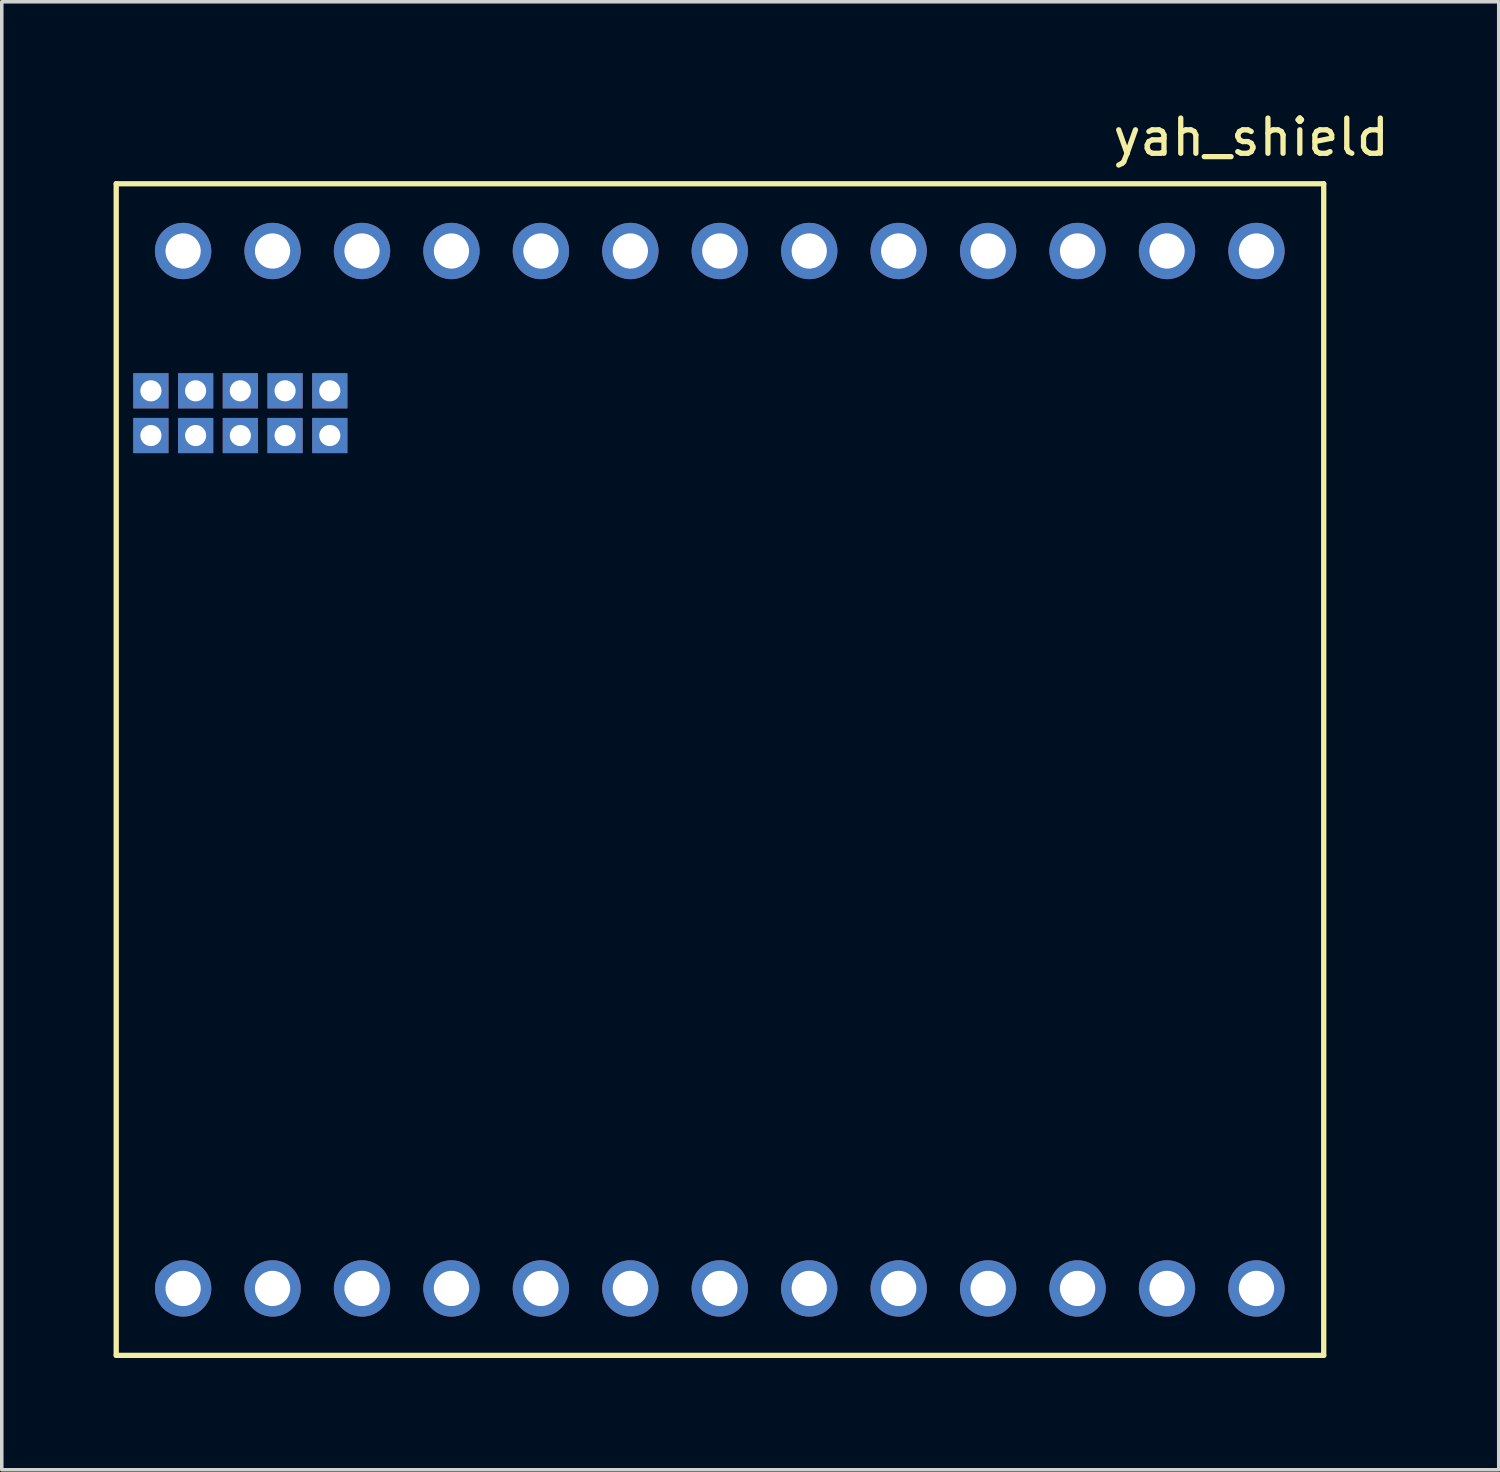
<source format=kicad_pcb>
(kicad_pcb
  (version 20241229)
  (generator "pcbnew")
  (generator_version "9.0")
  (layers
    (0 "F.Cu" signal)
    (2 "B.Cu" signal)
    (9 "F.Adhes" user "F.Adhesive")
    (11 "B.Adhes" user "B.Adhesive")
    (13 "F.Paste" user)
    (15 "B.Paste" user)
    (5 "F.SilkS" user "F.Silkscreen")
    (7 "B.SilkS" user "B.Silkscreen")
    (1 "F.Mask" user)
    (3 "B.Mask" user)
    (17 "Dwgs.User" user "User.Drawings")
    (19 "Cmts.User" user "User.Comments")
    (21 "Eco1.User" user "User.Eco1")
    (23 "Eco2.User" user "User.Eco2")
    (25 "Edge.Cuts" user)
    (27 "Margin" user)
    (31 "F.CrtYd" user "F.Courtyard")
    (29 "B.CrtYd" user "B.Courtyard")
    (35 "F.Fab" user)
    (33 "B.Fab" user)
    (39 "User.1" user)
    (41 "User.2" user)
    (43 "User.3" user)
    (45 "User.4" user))
  (footprint "yah_shield"
    (layer "F.Cu")
    (at 0.25 35.438)
    (property "Reference" "yah_shield" (at 32.23 -34.59 0) (layer "F.SilkS") (effects (font (size 1 1) (thickness 0.15))))
    (attr through_hole)
    (fp_line (start 0 -33.27) (end 0 0) (stroke (width 0.15) (type solid)) (layer "F.SilkS"))
    (fp_line (start 0 0) (end 34.29 0) (stroke (width 0.15) (type solid)) (layer "F.SilkS"))
    (fp_line (start 34.29 -33.27) (end 0 -33.27) (stroke (width 0.15) (type solid)) (layer "F.SilkS"))
    (fp_line (start 34.29 0) (end 34.29 -33.27) (stroke (width 0.15) (type solid)) (layer "F.SilkS"))
    (pad "" thru_hole rect (at 0.985 -27.39) (size 1 1) (drill 0.6) (layers "*.Cu" "*.Mask"))
    (pad "" thru_hole rect (at 0.985 -26.12) (size 1 1) (drill 0.6) (layers "*.Cu" "*.Mask"))
    (pad "" thru_hole rect (at 2.255 -27.39) (size 1 1) (drill 0.6) (layers "*.Cu" "*.Mask"))
    (pad "" thru_hole rect (at 2.255 -26.12) (size 1 1) (drill 0.6) (layers "*.Cu" "*.Mask"))
    (pad "" thru_hole rect (at 3.525 -27.39) (size 1 1) (drill 0.6) (layers "*.Cu" "*.Mask"))
    (pad "" thru_hole rect (at 3.525 -26.12) (size 1 1) (drill 0.6) (layers "*.Cu" "*.Mask"))
    (pad "" thru_hole rect (at 4.795 -27.39) (size 1 1) (drill 0.6) (layers "*.Cu" "*.Mask"))
    (pad "" thru_hole rect (at 4.795 -26.12) (size 1 1) (drill 0.6) (layers "*.Cu" "*.Mask"))
    (pad "" thru_hole rect (at 6.065 -27.39) (size 1 1) (drill 0.6) (layers "*.Cu" "*.Mask"))
    (pad "" thru_hole rect (at 6.065 -26.12) (size 1 1) (drill 0.6) (layers "*.Cu" "*.Mask"))
    (pad "1" thru_hole circle (at 1.9 -31.36) (size 1.6 1.6) (drill 1) (layers "*.Cu" "*.Mask"))
    (pad "2" thru_hole circle (at 4.44 -31.36) (size 1.6 1.6) (drill 1) (layers "*.Cu" "*.Mask"))
    (pad "3" thru_hole circle (at 6.98 -31.36) (size 1.6 1.6) (drill 1) (layers "*.Cu" "*.Mask"))
    (pad "4" thru_hole circle (at 9.52 -31.36) (size 1.6 1.6) (drill 1) (layers "*.Cu" "*.Mask"))
    (pad "5" thru_hole circle (at 12.06 -31.36) (size 1.6 1.6) (drill 1) (layers "*.Cu" "*.Mask"))
    (pad "6" thru_hole circle (at 14.6 -31.36) (size 1.6 1.6) (drill 1) (layers "*.Cu" "*.Mask"))
    (pad "7" thru_hole circle (at 17.14 -31.36) (size 1.6 1.6) (drill 1) (layers "*.Cu" "*.Mask"))
    (pad "8" thru_hole circle (at 19.68 -31.36) (size 1.6 1.6) (drill 1) (layers "*.Cu" "*.Mask"))
    (pad "9" thru_hole circle (at 22.22 -31.36) (size 1.6 1.6) (drill 1) (layers "*.Cu" "*.Mask"))
    (pad "10" thru_hole circle (at 24.76 -31.36) (size 1.6 1.6) (drill 1) (layers "*.Cu" "*.Mask"))
    (pad "11" thru_hole circle (at 27.3 -31.36) (size 1.6 1.6) (drill 1) (layers "*.Cu" "*.Mask"))
    (pad "12" thru_hole circle (at 29.84 -31.36) (size 1.6 1.6) (drill 1) (layers "*.Cu" "*.Mask"))
    (pad "13" thru_hole circle (at 32.38 -31.36) (size 1.6 1.6) (drill 1) (layers "*.Cu" "*.Mask"))
    (pad "14" thru_hole circle (at 1.9 -1.9) (size 1.6 1.6) (drill 1) (layers "*.Cu" "*.Mask"))
    (pad "15" thru_hole circle (at 4.44 -1.9) (size 1.6 1.6) (drill 1) (layers "*.Cu" "*.Mask"))
    (pad "16" thru_hole circle (at 6.98 -1.9) (size 1.6 1.6) (drill 1) (layers "*.Cu" "*.Mask"))
    (pad "17" thru_hole circle (at 9.52 -1.9) (size 1.6 1.6) (drill 1) (layers "*.Cu" "*.Mask"))
    (pad "18" thru_hole circle (at 12.06 -1.9) (size 1.6 1.6) (drill 1) (layers "*.Cu" "*.Mask"))
    (pad "19" thru_hole circle (at 14.6 -1.9) (size 1.6 1.6) (drill 1) (layers "*.Cu" "*.Mask"))
    (pad "20" thru_hole circle (at 17.14 -1.9) (size 1.6 1.6) (drill 1) (layers "*.Cu" "*.Mask"))
    (pad "21" thru_hole circle (at 19.68 -1.9) (size 1.6 1.6) (drill 1) (layers "*.Cu" "*.Mask"))
    (pad "22" thru_hole circle (at 22.22 -1.9) (size 1.6 1.6) (drill 1) (layers "*.Cu" "*.Mask"))
    (pad "23" thru_hole circle (at 24.76 -1.9) (size 1.6 1.6) (drill 1) (layers "*.Cu" "*.Mask"))
    (pad "24" thru_hole circle (at 27.3 -1.9) (size 1.6 1.6) (drill 1) (layers "*.Cu" "*.Mask"))
    (pad "25" thru_hole circle (at 29.84 -1.9) (size 1.6 1.6) (drill 1) (layers "*.Cu" "*.Mask"))
    (pad "26" thru_hole circle (at 32.38 -1.9) (size 1.6 1.6) (drill 1) (layers "*.Cu" "*.Mask")))
  (gr_rect
    (start -3 -3)
    (end 39.51 38.688)
    (stroke (width 0.1) (type default))
    (fill no)
    (layer "Edge.Cuts")))
</source>
